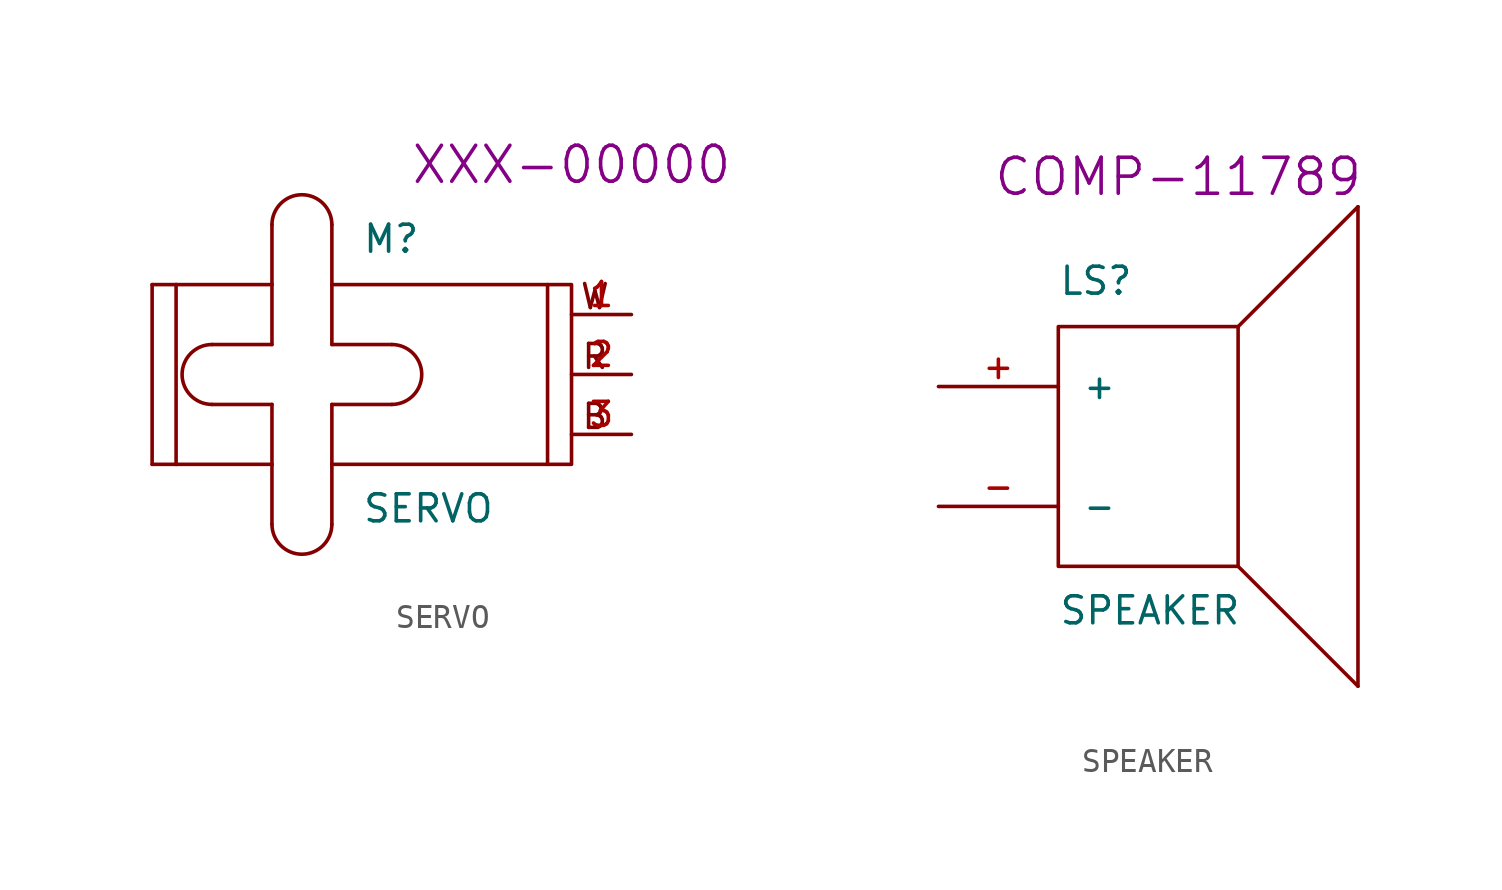
<source format=kicad_sym>
(kicad_symbol_lib
  (version 20201005)
  (generator kicad_symbol_editor)
  (symbol "SERVO"
    (pin_names
      (offset 1.016) hide)
    (property "Reference" "M"
      (at -8.89 2.54 0)
      (effects (font (size 1.143 1.143)) (justify left bottom)))
    (property "Value" "SERVO"
      (at -8.89 -8.89 0)
      (effects (font (size 1.143 1.143)) (justify left bottom)))
    (property "Field4" "XXX-00000"
      (at 0 6.35 0)
      (effects (font (size 1.524 1.524))))
    (property "ki_locked" ""
      (at 0 0 0)
      (effects (font (size 1.27 1.27))))
    (symbol "SERVO_1_0"
      (text "B" (at 0.991 -4.318 0) (effects (font (size 1.016 1.016))))
      (text "R" (at 0.991 -1.778 0) (effects (font (size 1.016 1.016))))
      (text "W" (at 0.991 0.762 0) (effects (font (size 1.016 1.016))))
      (polyline (pts (xy -17.78 -6.35) (xy -16.764 -6.35)) (stroke (width 0)) (fill (type none)))
      (polyline (pts (xy -17.78 1.27) (xy -17.78 -6.35)) (stroke (width 0)) (fill (type none)))
      (polyline (pts (xy -16.764 -6.35) (xy -12.7 -6.35)) (stroke (width 0)) (fill (type none)))
      (polyline (pts (xy -16.764 1.27) (xy -17.78 1.27)) (stroke (width 0)) (fill (type none)))
      (polyline (pts (xy -16.764 1.27) (xy -16.764 -6.35)) (stroke (width 0)) (fill (type none)))
      (polyline (pts (xy -15.24 -3.81) (xy -12.7 -3.81)) (stroke (width 0)) (fill (type none)))
      (polyline (pts (xy -15.24 -1.27) (xy -12.7 -1.27)) (stroke (width 0)) (fill (type none)))
      (polyline (pts (xy -12.7 -6.35) (xy -12.7 -8.89)) (stroke (width 0)) (fill (type none)))
      (polyline (pts (xy -12.7 -3.81) (xy -12.7 -6.35)) (stroke (width 0)) (fill (type none)))
      (polyline (pts (xy -12.7 -1.27) (xy -12.7 1.27)) (stroke (width 0)) (fill (type none)))
      (polyline (pts (xy -12.7 1.27) (xy -16.764 1.27)) (stroke (width 0)) (fill (type none)))
      (polyline (pts (xy -12.7 1.27) (xy -12.7 3.81)) (stroke (width 0)) (fill (type none)))
      (polyline (pts (xy -10.16 -6.35) (xy -10.16 -8.89)) (stroke (width 0)) (fill (type none)))
      (polyline (pts (xy -10.16 -6.35) (xy -1.016 -6.35)) (stroke (width 0)) (fill (type none)))
      (polyline (pts (xy -10.16 -3.81) (xy -10.16 -6.35)) (stroke (width 0)) (fill (type none)))
      (polyline (pts (xy -10.16 -1.27) (xy -7.62 -1.27)) (stroke (width 0)) (fill (type none)))
      (polyline (pts (xy -10.16 1.27) (xy -10.16 -1.27)) (stroke (width 0)) (fill (type none)))
      (polyline (pts (xy -10.16 3.81) (xy -10.16 1.27)) (stroke (width 0)) (fill (type none)))
      (polyline (pts (xy -7.62 -3.81) (xy -10.16 -3.81)) (stroke (width 0)) (fill (type none)))
      (polyline (pts (xy -1.016 1.27) (xy -10.16 1.27)) (stroke (width 0)) (fill (type none))))
    (symbol "SERVO_1_1"
      (arc (start -15.24 -1.27) (end -15.24 -3.81) (radius (at -15.24 -2.54) (length 1.27) (angles 90.1 -90.1)) (stroke (width 0)) (fill (type none)))
      (arc (start -12.7 -8.89) (end -10.16 -8.89) (radius (at -11.43 -8.89) (length 1.27) (angles -179.9 -0.1)) (stroke (width 0)) (fill (type none)))
      (arc (start -10.16 3.81) (end -12.7 3.81) (radius (at -11.43 3.81) (length 1.27) (angles 0.1 179.9)) (stroke (width 0)) (fill (type none)))
      (arc (start -7.62 -3.81) (end -7.62 -1.27) (radius (at -7.62 -2.54) (length 1.27) (angles -89.9 89.9)) (stroke (width 0)) (fill (type none)))
      (polyline (pts (xy -1.016 1.27) (xy -1.016 -6.35) (xy 0 -6.35) (xy 0 1.27) (xy -1.016 1.27)) (stroke (width 0)) (fill (type none)))
      (pin bidirectional line (at 2.54 0 180) (length 2.54) (name "SIG" (effects (font (size 1.016 1.016)))) (number "1" (effects (font (size 1.016 1.016)))))
      (pin bidirectional line (at 2.54 -2.54 180) (length 2.54) (name "V+" (effects (font (size 1.016 1.016)))) (number "2" (effects (font (size 1.016 1.016)))))
      (pin bidirectional line (at 2.54 -5.08 180) (length 2.54) (name "GND" (effects (font (size 1.016 1.016)))) (number "3" (effects (font (size 1.016 1.016)))))))
  (symbol "SPEAKER"
    (pin_names
      (offset 1.016))
    (property "Reference" "LS"
      (at -5.08 6.35 0)
      (effects (font (size 1.143 1.143)) (justify left bottom)))
    (property "Value" "SPEAKER"
      (at -5.08 -7.62 0)
      (effects (font (size 1.143 1.143)) (justify left bottom)))
    (property "Field4" "COMP-11789"
      (at 0 11.43 0)
      (effects (font (size 1.524 1.524))))
    (property "ki_locked" ""
      (at 0 0 0)
      (effects (font (size 1.27 1.27))))
    (symbol "SPEAKER_1_0"
      (polyline (pts (xy 2.54 5.08) (xy 7.62 10.16)) (stroke (width 0)) (fill (type none)))
      (polyline (pts (xy 7.62 -10.16) (xy 2.54 -5.08)) (stroke (width 0)) (fill (type none)))
      (polyline (pts (xy 7.62 10.16) (xy 7.62 -10.16)) (stroke (width 0)) (fill (type none))))
    (symbol "SPEAKER_1_1"
      (polyline (pts (xy -5.08 5.08) (xy -5.08 -5.08) (xy 2.54 -5.08) (xy 2.54 5.08) (xy -5.08 5.08)) (stroke (width 0)) (fill (type none)))
      (pin bidirectional line (at -10.16 2.54 0) (length 5.08) (name "+" (effects (font (size 1.016 1.016)))) (number "+" (effects (font (size 1.016 1.016)))))
      (pin bidirectional line (at -10.16 -2.54 0) (length 5.08) (name "-" (effects (font (size 1.016 1.016)))) (number "-" (effects (font (size 1.016 1.016))))))))
</source>
